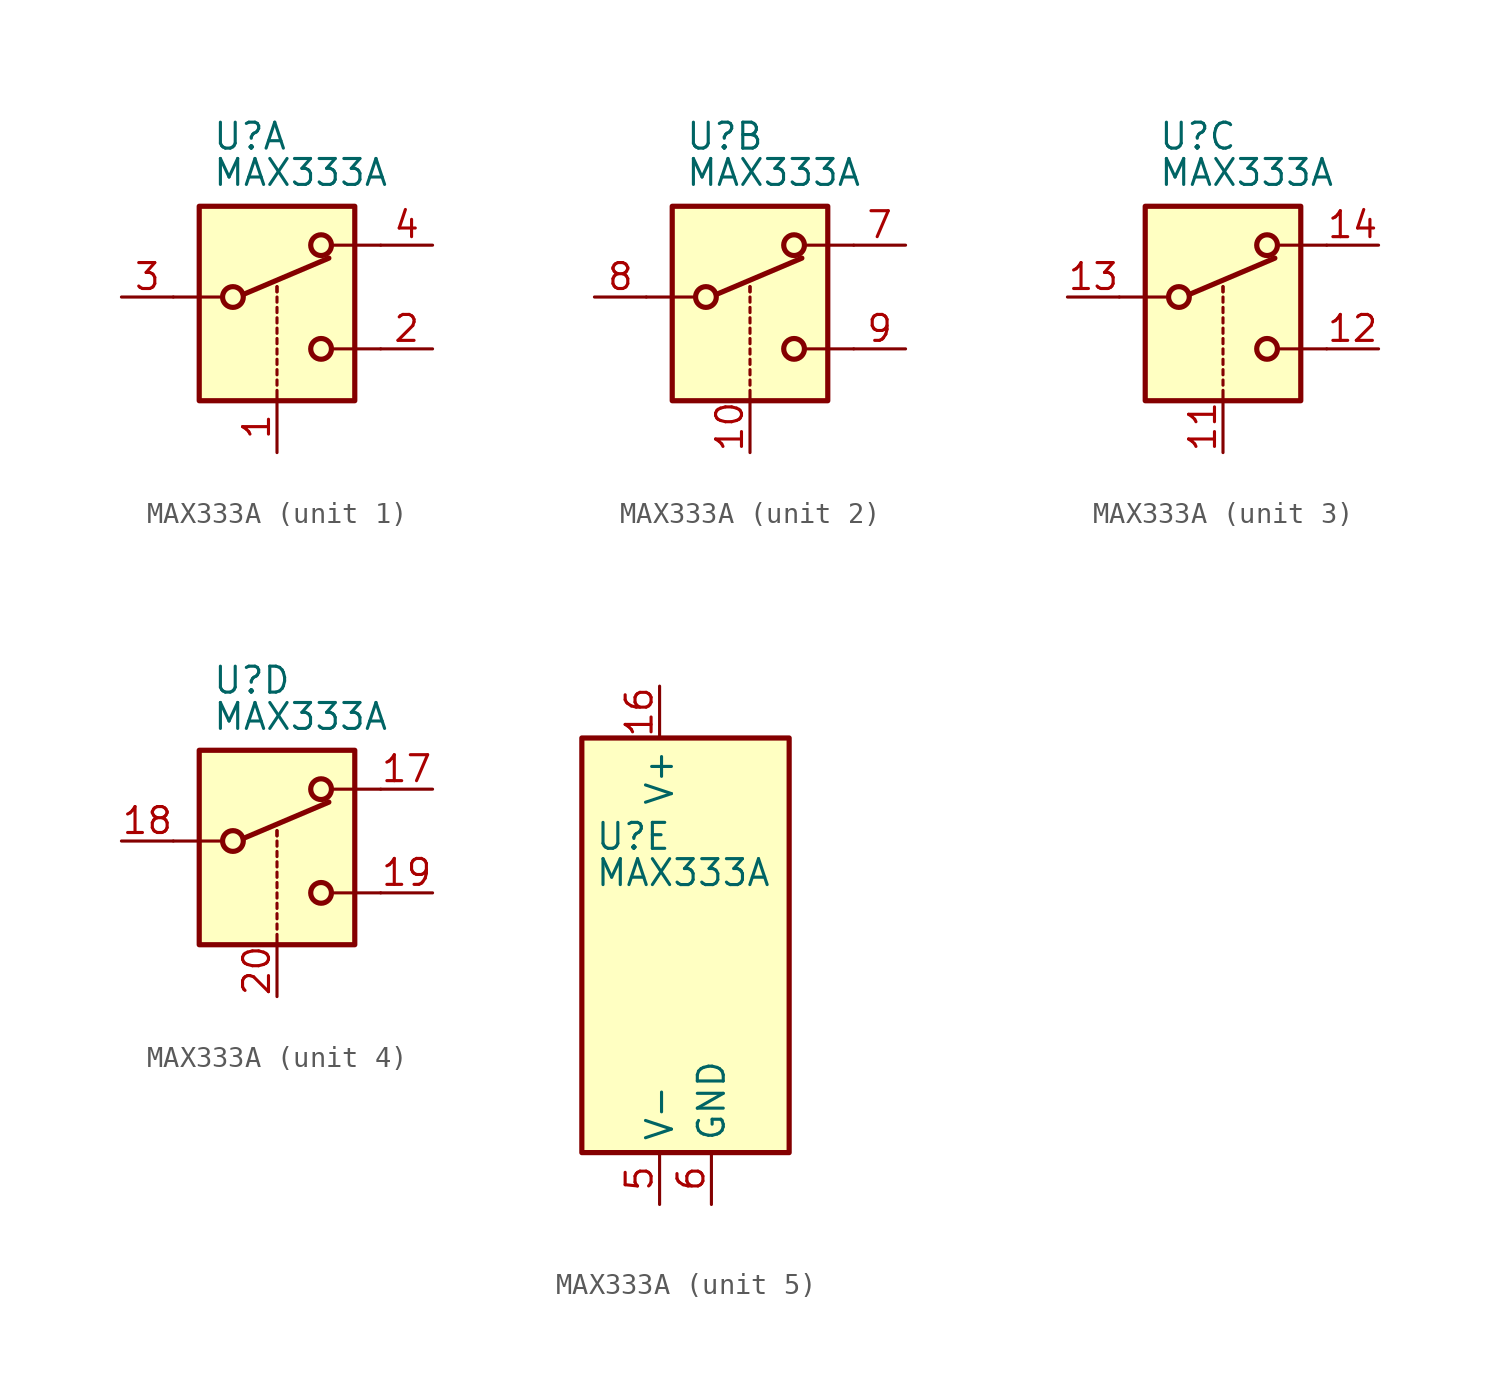
<source format=kicad_sym>
(kicad_symbol_lib
  (version 20200908)
  (generator kicad_symbol_editor)
  (symbol "Analog_Switch:MAX333A"
    (property "Reference" "U"
      (at -3.175 5.334 0)
      (effects (font (size 1.27 1.27)) (justify left)))
    (property "Value" "MAX333A"
      (at -3.175 3.556 0)
      (effects (font (size 1.27 1.27)) (justify left)))
    (symbol "MAX333A_1_1"
      (circle (center -2.159 -2.54) (radius 0.508) (stroke (width 0.254)) (fill (type none)))
      (circle (center 2.159 -5.08) (radius 0.508) (stroke (width 0.254)) (fill (type none)))
      (circle (center 2.159 0) (radius 0.508) (stroke (width 0.254)) (fill (type none)))
      (rectangle (start -3.81 1.905) (end 3.81 -7.62) (stroke (width 0.254)) (fill (type background)))
      (polyline (pts (xy -5.08 -2.54) (xy -2.794 -2.54)) (stroke (width 0)) (fill (type none)))
      (polyline (pts (xy -1.651 -2.413) (xy 2.54 -0.635)) (stroke (width 0.254)) (fill (type none)))
      (polyline (pts (xy 0 -7.62) (xy 0 -7.112)) (stroke (width 0)) (fill (type none)))
      (polyline (pts (xy 0 -6.858) (xy 0 -6.604)) (stroke (width 0)) (fill (type none)))
      (polyline (pts (xy 0 -6.35) (xy 0 -6.096)) (stroke (width 0)) (fill (type none)))
      (polyline (pts (xy 0 -5.842) (xy 0 -5.588)) (stroke (width 0)) (fill (type none)))
      (polyline (pts (xy 0 -5.334) (xy 0 -5.08)) (stroke (width 0)) (fill (type none)))
      (polyline (pts (xy 0 -4.826) (xy 0 -4.572)) (stroke (width 0)) (fill (type none)))
      (polyline (pts (xy 0 -4.318) (xy 0 -4.064)) (stroke (width 0)) (fill (type none)))
      (polyline (pts (xy 0 -3.81) (xy 0 -3.556)) (stroke (width 0)) (fill (type none)))
      (polyline (pts (xy 0 -3.302) (xy 0 -3.048)) (stroke (width 0)) (fill (type none)))
      (polyline (pts (xy 0 -2.794) (xy 0 -2.54)) (stroke (width 0)) (fill (type none)))
      (polyline (pts (xy 0 -2.286) (xy 0 -2.032)) (stroke (width 0)) (fill (type none)))
      (polyline (pts (xy 0 -2.286) (xy 0 -2.032)) (stroke (width 0)) (fill (type none)))
      (polyline (pts (xy 5.08 -5.08) (xy 2.794 -5.08)) (stroke (width 0)) (fill (type none)))
      (polyline (pts (xy 5.08 0) (xy 2.794 0)) (stroke (width 0)) (fill (type none)))
      (pin input line (at 0 -10.16 90) (length 2.54) (name "~" (effects (font (size 1.27 1.27)))) (number "1" (effects (font (size 1.27 1.27)))))
      (pin passive line (at 7.62 -5.08 180) (length 2.54) (name "~" (effects (font (size 1.27 1.27)))) (number "2" (effects (font (size 1.27 1.27)))))
      (pin passive line (at -7.62 -2.54 0) (length 2.54) (name "~" (effects (font (size 1.27 1.27)))) (number "3" (effects (font (size 1.27 1.27)))))
      (pin passive line (at 7.62 0 180) (length 2.54) (name "~" (effects (font (size 1.27 1.27)))) (number "4" (effects (font (size 1.27 1.27))))))
    (symbol "MAX333A_2_1"
      (circle (center -2.159 -2.54) (radius 0.508) (stroke (width 0.254)) (fill (type none)))
      (circle (center 2.159 -5.08) (radius 0.508) (stroke (width 0.254)) (fill (type none)))
      (circle (center 2.159 0) (radius 0.508) (stroke (width 0.254)) (fill (type none)))
      (rectangle (start -3.81 1.905) (end 3.81 -7.62) (stroke (width 0.254)) (fill (type background)))
      (polyline (pts (xy -5.08 -2.54) (xy -2.794 -2.54)) (stroke (width 0)) (fill (type none)))
      (polyline (pts (xy -1.651 -2.413) (xy 2.54 -0.635)) (stroke (width 0.254)) (fill (type none)))
      (polyline (pts (xy 0 -7.62) (xy 0 -7.112)) (stroke (width 0)) (fill (type none)))
      (polyline (pts (xy 0 -6.858) (xy 0 -6.604)) (stroke (width 0)) (fill (type none)))
      (polyline (pts (xy 0 -6.35) (xy 0 -6.096)) (stroke (width 0)) (fill (type none)))
      (polyline (pts (xy 0 -5.842) (xy 0 -5.588)) (stroke (width 0)) (fill (type none)))
      (polyline (pts (xy 0 -5.334) (xy 0 -5.08)) (stroke (width 0)) (fill (type none)))
      (polyline (pts (xy 0 -4.826) (xy 0 -4.572)) (stroke (width 0)) (fill (type none)))
      (polyline (pts (xy 0 -4.318) (xy 0 -4.064)) (stroke (width 0)) (fill (type none)))
      (polyline (pts (xy 0 -3.81) (xy 0 -3.556)) (stroke (width 0)) (fill (type none)))
      (polyline (pts (xy 0 -3.302) (xy 0 -3.048)) (stroke (width 0)) (fill (type none)))
      (polyline (pts (xy 0 -2.794) (xy 0 -2.54)) (stroke (width 0)) (fill (type none)))
      (polyline (pts (xy 0 -2.286) (xy 0 -2.032)) (stroke (width 0)) (fill (type none)))
      (polyline (pts (xy 0 -2.286) (xy 0 -2.032)) (stroke (width 0)) (fill (type none)))
      (polyline (pts (xy 5.08 -5.08) (xy 2.794 -5.08)) (stroke (width 0)) (fill (type none)))
      (polyline (pts (xy 5.08 0) (xy 2.794 0)) (stroke (width 0)) (fill (type none)))
      (pin input line (at 0 -10.16 90) (length 2.54) (name "~" (effects (font (size 1.27 1.27)))) (number "10" (effects (font (size 1.27 1.27)))))
      (pin passive line (at 7.62 0 180) (length 2.54) (name "~" (effects (font (size 1.27 1.27)))) (number "7" (effects (font (size 1.27 1.27)))))
      (pin passive line (at -7.62 -2.54 0) (length 2.54) (name "~" (effects (font (size 1.27 1.27)))) (number "8" (effects (font (size 1.27 1.27)))))
      (pin passive line (at 7.62 -5.08 180) (length 2.54) (name "~" (effects (font (size 1.27 1.27)))) (number "9" (effects (font (size 1.27 1.27))))))
    (symbol "MAX333A_3_1"
      (circle (center -2.159 -2.54) (radius 0.508) (stroke (width 0.254)) (fill (type none)))
      (circle (center 2.159 -5.08) (radius 0.508) (stroke (width 0.254)) (fill (type none)))
      (circle (center 2.159 0) (radius 0.508) (stroke (width 0.254)) (fill (type none)))
      (rectangle (start -3.81 1.905) (end 3.81 -7.62) (stroke (width 0.254)) (fill (type background)))
      (polyline (pts (xy -5.08 -2.54) (xy -2.794 -2.54)) (stroke (width 0)) (fill (type none)))
      (polyline (pts (xy -1.651 -2.413) (xy 2.54 -0.635)) (stroke (width 0.254)) (fill (type none)))
      (polyline (pts (xy 0 -7.62) (xy 0 -7.112)) (stroke (width 0)) (fill (type none)))
      (polyline (pts (xy 0 -6.858) (xy 0 -6.604)) (stroke (width 0)) (fill (type none)))
      (polyline (pts (xy 0 -6.35) (xy 0 -6.096)) (stroke (width 0)) (fill (type none)))
      (polyline (pts (xy 0 -5.842) (xy 0 -5.588)) (stroke (width 0)) (fill (type none)))
      (polyline (pts (xy 0 -5.334) (xy 0 -5.08)) (stroke (width 0)) (fill (type none)))
      (polyline (pts (xy 0 -4.826) (xy 0 -4.572)) (stroke (width 0)) (fill (type none)))
      (polyline (pts (xy 0 -4.318) (xy 0 -4.064)) (stroke (width 0)) (fill (type none)))
      (polyline (pts (xy 0 -3.81) (xy 0 -3.556)) (stroke (width 0)) (fill (type none)))
      (polyline (pts (xy 0 -3.302) (xy 0 -3.048)) (stroke (width 0)) (fill (type none)))
      (polyline (pts (xy 0 -2.794) (xy 0 -2.54)) (stroke (width 0)) (fill (type none)))
      (polyline (pts (xy 0 -2.286) (xy 0 -2.032)) (stroke (width 0)) (fill (type none)))
      (polyline (pts (xy 0 -2.286) (xy 0 -2.032)) (stroke (width 0)) (fill (type none)))
      (polyline (pts (xy 5.08 -5.08) (xy 2.794 -5.08)) (stroke (width 0)) (fill (type none)))
      (polyline (pts (xy 5.08 0) (xy 2.794 0)) (stroke (width 0)) (fill (type none)))
      (pin input line (at 0 -10.16 90) (length 2.54) (name "~" (effects (font (size 1.27 1.27)))) (number "11" (effects (font (size 1.27 1.27)))))
      (pin passive line (at 7.62 -5.08 180) (length 2.54) (name "~" (effects (font (size 1.27 1.27)))) (number "12" (effects (font (size 1.27 1.27)))))
      (pin passive line (at -7.62 -2.54 0) (length 2.54) (name "~" (effects (font (size 1.27 1.27)))) (number "13" (effects (font (size 1.27 1.27)))))
      (pin passive line (at 7.62 0 180) (length 2.54) (name "~" (effects (font (size 1.27 1.27)))) (number "14" (effects (font (size 1.27 1.27))))))
    (symbol "MAX333A_4_1"
      (circle (center -2.159 -2.54) (radius 0.508) (stroke (width 0.254)) (fill (type none)))
      (circle (center 2.159 -5.08) (radius 0.508) (stroke (width 0.254)) (fill (type none)))
      (circle (center 2.159 0) (radius 0.508) (stroke (width 0.254)) (fill (type none)))
      (rectangle (start -3.81 1.905) (end 3.81 -7.62) (stroke (width 0.254)) (fill (type background)))
      (polyline (pts (xy -5.08 -2.54) (xy -2.794 -2.54)) (stroke (width 0)) (fill (type none)))
      (polyline (pts (xy -1.651 -2.413) (xy 2.54 -0.635)) (stroke (width 0.254)) (fill (type none)))
      (polyline (pts (xy 0 -7.62) (xy 0 -7.112)) (stroke (width 0)) (fill (type none)))
      (polyline (pts (xy 0 -6.858) (xy 0 -6.604)) (stroke (width 0)) (fill (type none)))
      (polyline (pts (xy 0 -6.35) (xy 0 -6.096)) (stroke (width 0)) (fill (type none)))
      (polyline (pts (xy 0 -5.842) (xy 0 -5.588)) (stroke (width 0)) (fill (type none)))
      (polyline (pts (xy 0 -5.334) (xy 0 -5.08)) (stroke (width 0)) (fill (type none)))
      (polyline (pts (xy 0 -4.826) (xy 0 -4.572)) (stroke (width 0)) (fill (type none)))
      (polyline (pts (xy 0 -4.318) (xy 0 -4.064)) (stroke (width 0)) (fill (type none)))
      (polyline (pts (xy 0 -3.81) (xy 0 -3.556)) (stroke (width 0)) (fill (type none)))
      (polyline (pts (xy 0 -3.302) (xy 0 -3.048)) (stroke (width 0)) (fill (type none)))
      (polyline (pts (xy 0 -2.794) (xy 0 -2.54)) (stroke (width 0)) (fill (type none)))
      (polyline (pts (xy 0 -2.286) (xy 0 -2.032)) (stroke (width 0)) (fill (type none)))
      (polyline (pts (xy 0 -2.286) (xy 0 -2.032)) (stroke (width 0)) (fill (type none)))
      (polyline (pts (xy 5.08 -5.08) (xy 2.794 -5.08)) (stroke (width 0)) (fill (type none)))
      (polyline (pts (xy 5.08 0) (xy 2.794 0)) (stroke (width 0)) (fill (type none)))
      (pin passive line (at 7.62 0 180) (length 2.54) (name "~" (effects (font (size 1.27 1.27)))) (number "17" (effects (font (size 1.27 1.27)))))
      (pin passive line (at -7.62 -2.54 0) (length 2.54) (name "~" (effects (font (size 1.27 1.27)))) (number "18" (effects (font (size 1.27 1.27)))))
      (pin passive line (at 7.62 -5.08 180) (length 2.54) (name "~" (effects (font (size 1.27 1.27)))) (number "19" (effects (font (size 1.27 1.27)))))
      (pin input line (at 0 -10.16 90) (length 2.54) (name "~" (effects (font (size 1.27 1.27)))) (number "20" (effects (font (size 1.27 1.27))))))
    (symbol "MAX333A_5_1"
      (rectangle (start -3.81 10.16) (end 6.35 -10.16) (stroke (width 0.254)) (fill (type background))))
    (symbol "MAX333A_5_0"
      (pin unconnected line (at 2.54 10.16 270) (length 2.54) hide (name "NC" (effects (font (size 1.27 1.27)))) (number "15" (effects (font (size 1.27 1.27)))))
      (pin power_in line (at 0 12.7 270) (length 2.54) (name "V+" (effects (font (size 1.27 1.27)))) (number "16" (effects (font (size 1.27 1.27)))))
      (pin power_in line (at 0 -12.7 90) (length 2.54) (name "V-" (effects (font (size 1.27 1.27)))) (number "5" (effects (font (size 1.27 1.27)))))
      (pin power_in line (at 2.54 -12.7 90) (length 2.54) (name "GND" (effects (font (size 1.27 1.27)))) (number "6" (effects (font (size 1.27 1.27))))))))
</source>
